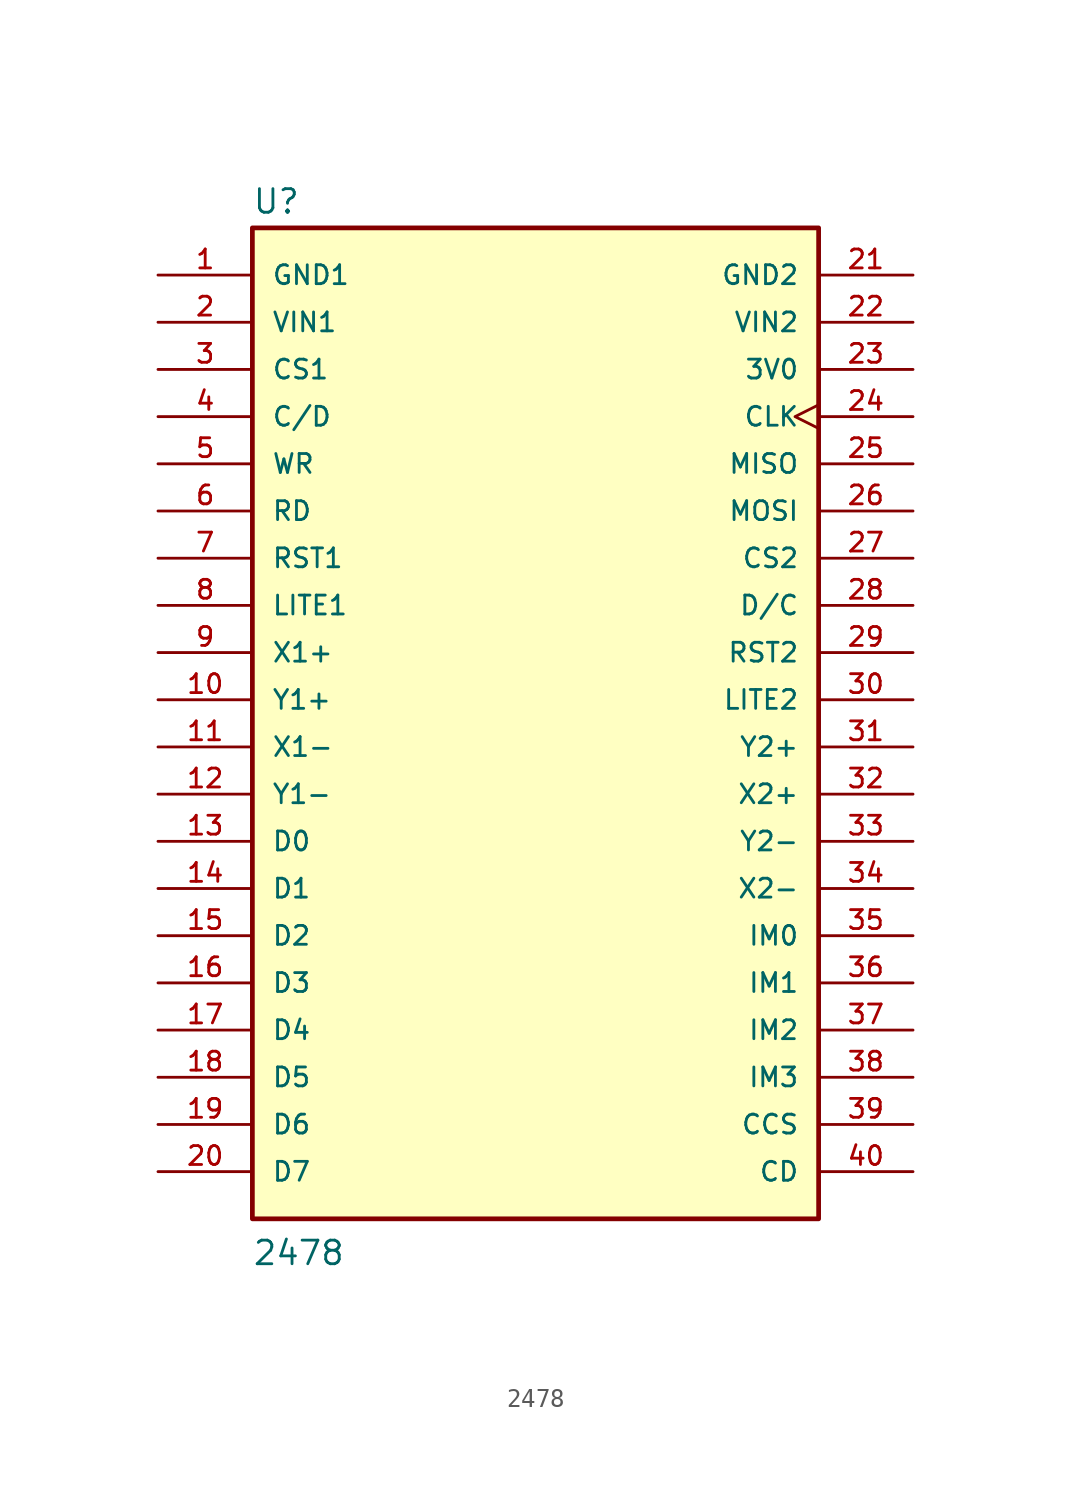
<source format=kicad_sym>
(kicad_symbol_lib
  (version 20231120)
  (generator "kicad_symbol_editor")
  (generator_version "8.0")
  (symbol "2478"
    (pin_names
      (offset 1.016))
    (property "Reference" "U"
      (at -15.263 28.618 0)
      (effects (font (size 1.27 1.27)) (justify left bottom)))
    (property "Value" "2478"
      (at -15.262 -27.98 0)
      (effects (font (size 1.27 1.27)) (justify left bottom)))
    (symbol "2478_0_0"
      (rectangle (start -15.24 -25.4) (end 15.24 27.94) (stroke (width 0.254) (type default)) (fill (type background)))
      (pin power_in line (at -20.32 25.4 0) (length 5.08) (name "GND1" (effects (font (size 1.016 1.016)))) (number "1" (effects (font (size 1.016 1.016)))))
      (pin output line (at -20.32 2.54 0) (length 5.08) (name "Y1+" (effects (font (size 1.016 1.016)))) (number "10" (effects (font (size 1.016 1.016)))))
      (pin output line (at -20.32 0 0) (length 5.08) (name "X1-" (effects (font (size 1.016 1.016)))) (number "11" (effects (font (size 1.016 1.016)))))
      (pin output line (at -20.32 -2.54 0) (length 5.08) (name "Y1-" (effects (font (size 1.016 1.016)))) (number "12" (effects (font (size 1.016 1.016)))))
      (pin bidirectional line (at -20.32 -5.08 0) (length 5.08) (name "D0" (effects (font (size 1.016 1.016)))) (number "13" (effects (font (size 1.016 1.016)))))
      (pin bidirectional line (at -20.32 -7.62 0) (length 5.08) (name "D1" (effects (font (size 1.016 1.016)))) (number "14" (effects (font (size 1.016 1.016)))))
      (pin bidirectional line (at -20.32 -10.16 0) (length 5.08) (name "D2" (effects (font (size 1.016 1.016)))) (number "15" (effects (font (size 1.016 1.016)))))
      (pin bidirectional line (at -20.32 -12.7 0) (length 5.08) (name "D3" (effects (font (size 1.016 1.016)))) (number "16" (effects (font (size 1.016 1.016)))))
      (pin bidirectional line (at -20.32 -15.24 0) (length 5.08) (name "D4" (effects (font (size 1.016 1.016)))) (number "17" (effects (font (size 1.016 1.016)))))
      (pin bidirectional line (at -20.32 -17.78 0) (length 5.08) (name "D5" (effects (font (size 1.016 1.016)))) (number "18" (effects (font (size 1.016 1.016)))))
      (pin bidirectional line (at -20.32 -20.32 0) (length 5.08) (name "D6" (effects (font (size 1.016 1.016)))) (number "19" (effects (font (size 1.016 1.016)))))
      (pin power_in line (at -20.32 22.86 0) (length 5.08) (name "VIN1" (effects (font (size 1.016 1.016)))) (number "2" (effects (font (size 1.016 1.016)))))
      (pin bidirectional line (at -20.32 -22.86 0) (length 5.08) (name "D7" (effects (font (size 1.016 1.016)))) (number "20" (effects (font (size 1.016 1.016)))))
      (pin power_in line (at 20.32 25.4 180) (length 5.08) (name "GND2" (effects (font (size 1.016 1.016)))) (number "21" (effects (font (size 1.016 1.016)))))
      (pin power_in line (at 20.32 22.86 180) (length 5.08) (name "VIN2" (effects (font (size 1.016 1.016)))) (number "22" (effects (font (size 1.016 1.016)))))
      (pin output line (at 20.32 20.32 180) (length 5.08) (name "3V0" (effects (font (size 1.016 1.016)))) (number "23" (effects (font (size 1.016 1.016)))))
      (pin input clock (at 20.32 17.78 180) (length 5.08) (name "CLK" (effects (font (size 1.016 1.016)))) (number "24" (effects (font (size 1.016 1.016)))))
      (pin output line (at 20.32 15.24 180) (length 5.08) (name "MISO" (effects (font (size 1.016 1.016)))) (number "25" (effects (font (size 1.016 1.016)))))
      (pin input line (at 20.32 12.7 180) (length 5.08) (name "MOSI" (effects (font (size 1.016 1.016)))) (number "26" (effects (font (size 1.016 1.016)))))
      (pin input line (at 20.32 10.16 180) (length 5.08) (name "CS2" (effects (font (size 1.016 1.016)))) (number "27" (effects (font (size 1.016 1.016)))))
      (pin input line (at 20.32 7.62 180) (length 5.08) (name "D/C" (effects (font (size 1.016 1.016)))) (number "28" (effects (font (size 1.016 1.016)))))
      (pin input line (at 20.32 5.08 180) (length 5.08) (name "RST2" (effects (font (size 1.016 1.016)))) (number "29" (effects (font (size 1.016 1.016)))))
      (pin input line (at -20.32 20.32 0) (length 5.08) (name "CS1" (effects (font (size 1.016 1.016)))) (number "3" (effects (font (size 1.016 1.016)))))
      (pin input line (at 20.32 2.54 180) (length 5.08) (name "LITE2" (effects (font (size 1.016 1.016)))) (number "30" (effects (font (size 1.016 1.016)))))
      (pin output line (at 20.32 0 180) (length 5.08) (name "Y2+" (effects (font (size 1.016 1.016)))) (number "31" (effects (font (size 1.016 1.016)))))
      (pin output line (at 20.32 -2.54 180) (length 5.08) (name "X2+" (effects (font (size 1.016 1.016)))) (number "32" (effects (font (size 1.016 1.016)))))
      (pin output line (at 20.32 -5.08 180) (length 5.08) (name "Y2-" (effects (font (size 1.016 1.016)))) (number "33" (effects (font (size 1.016 1.016)))))
      (pin output line (at 20.32 -7.62 180) (length 5.08) (name "X2-" (effects (font (size 1.016 1.016)))) (number "34" (effects (font (size 1.016 1.016)))))
      (pin input line (at 20.32 -10.16 180) (length 5.08) (name "IM0" (effects (font (size 1.016 1.016)))) (number "35" (effects (font (size 1.016 1.016)))))
      (pin input line (at 20.32 -12.7 180) (length 5.08) (name "IM1" (effects (font (size 1.016 1.016)))) (number "36" (effects (font (size 1.016 1.016)))))
      (pin input line (at 20.32 -15.24 180) (length 5.08) (name "IM2" (effects (font (size 1.016 1.016)))) (number "37" (effects (font (size 1.016 1.016)))))
      (pin input line (at 20.32 -17.78 180) (length 5.08) (name "IM3" (effects (font (size 1.016 1.016)))) (number "38" (effects (font (size 1.016 1.016)))))
      (pin input line (at 20.32 -20.32 180) (length 5.08) (name "CCS" (effects (font (size 1.016 1.016)))) (number "39" (effects (font (size 1.016 1.016)))))
      (pin input line (at -20.32 17.78 0) (length 5.08) (name "C/D" (effects (font (size 1.016 1.016)))) (number "4" (effects (font (size 1.016 1.016)))))
      (pin output line (at 20.32 -22.86 180) (length 5.08) (name "CD" (effects (font (size 1.016 1.016)))) (number "40" (effects (font (size 1.016 1.016)))))
      (pin input line (at -20.32 15.24 0) (length 5.08) (name "WR" (effects (font (size 1.016 1.016)))) (number "5" (effects (font (size 1.016 1.016)))))
      (pin input line (at -20.32 12.7 0) (length 5.08) (name "RD" (effects (font (size 1.016 1.016)))) (number "6" (effects (font (size 1.016 1.016)))))
      (pin input line (at -20.32 10.16 0) (length 5.08) (name "RST1" (effects (font (size 1.016 1.016)))) (number "7" (effects (font (size 1.016 1.016)))))
      (pin input line (at -20.32 7.62 0) (length 5.08) (name "LITE1" (effects (font (size 1.016 1.016)))) (number "8" (effects (font (size 1.016 1.016)))))
      (pin output line (at -20.32 5.08 0) (length 5.08) (name "X1+" (effects (font (size 1.016 1.016)))) (number "9" (effects (font (size 1.016 1.016))))))))
</source>
